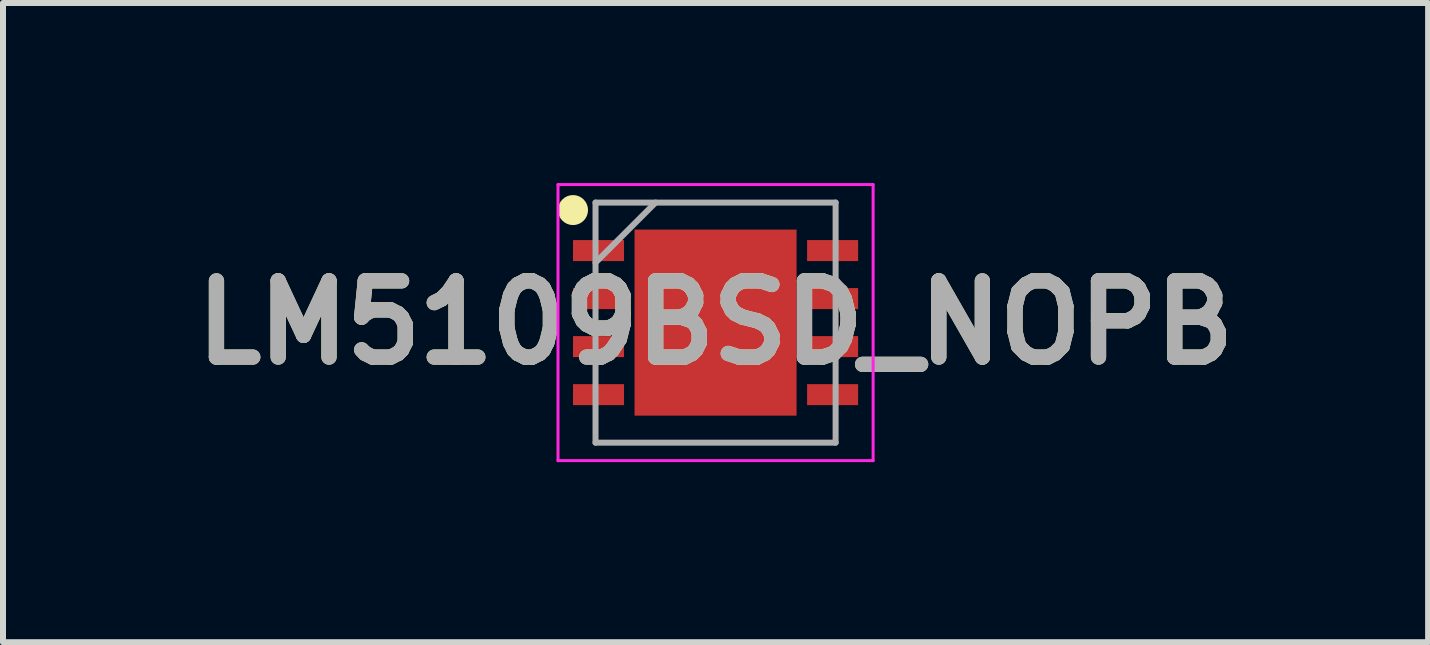
<source format=kicad_pcb>
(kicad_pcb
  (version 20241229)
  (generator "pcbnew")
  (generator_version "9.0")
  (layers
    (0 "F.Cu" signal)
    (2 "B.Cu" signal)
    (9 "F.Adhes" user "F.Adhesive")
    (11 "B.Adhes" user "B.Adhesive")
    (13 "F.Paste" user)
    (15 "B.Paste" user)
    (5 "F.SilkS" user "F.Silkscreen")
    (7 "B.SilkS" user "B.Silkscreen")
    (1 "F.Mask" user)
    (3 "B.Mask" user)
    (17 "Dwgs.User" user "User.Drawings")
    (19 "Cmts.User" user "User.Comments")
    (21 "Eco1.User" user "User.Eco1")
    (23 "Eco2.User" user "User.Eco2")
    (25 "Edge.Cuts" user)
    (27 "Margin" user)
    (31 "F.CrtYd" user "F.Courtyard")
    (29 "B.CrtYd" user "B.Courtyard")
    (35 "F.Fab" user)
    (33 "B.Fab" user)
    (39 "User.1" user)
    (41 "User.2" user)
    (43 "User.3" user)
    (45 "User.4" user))
  (footprint "LM5109BSD_NOPB"
    (layer "F.Cu")
    (at 8.872 2.325)
    (property "Reference" "LM5109BSD_NOPB" (at 0 0 0) (layer "F.SilkS") (effects (font (size 1.27 1.27) (thickness 0.254))))
    (attr smd)
    (fp_circle (center -2.375 -1.875) (end -2.375 -1.75) (stroke (width 0.25) (type solid)) (fill no) (layer "F.SilkS"))
    (fp_line (start -2.625 -2.3) (end 2.625 -2.3) (stroke (width 0.05) (type solid)) (layer "F.CrtYd"))
    (fp_line (start -2.625 2.3) (end -2.625 -2.3) (stroke (width 0.05) (type solid)) (layer "F.CrtYd"))
    (fp_line (start 2.625 -2.3) (end 2.625 2.3) (stroke (width 0.05) (type solid)) (layer "F.CrtYd"))
    (fp_line (start 2.625 2.3) (end -2.625 2.3) (stroke (width 0.05) (type solid)) (layer "F.CrtYd"))
    (fp_line (start -2 -2) (end 2 -2) (stroke (width 0.1) (type solid)) (layer "F.Fab"))
    (fp_line (start -2 -1) (end -1 -2) (stroke (width 0.1) (type solid)) (layer "F.Fab"))
    (fp_line (start -2 2) (end -2 -2) (stroke (width 0.1) (type solid)) (layer "F.Fab"))
    (fp_line (start 2 -2) (end 2 2) (stroke (width 0.1) (type solid)) (layer "F.Fab"))
    (fp_line (start 2 2) (end -2 2) (stroke (width 0.1) (type solid)) (layer "F.Fab"))
    (fp_text user "${REFERENCE}" (at 0 0 0) (layer "F.Fab") (effects (font (size 1.27 1.27) (thickness 0.254))))
    (pad "1" smd rect (at -1.95 -1.2 90) (size 0.35 0.85) (layers "F.Cu" "F.Mask" "F.Paste"))
    (pad "2" smd rect (at -1.95 -0.4 90) (size 0.35 0.85) (layers "F.Cu" "F.Mask" "F.Paste"))
    (pad "3" smd rect (at -1.95 0.4 90) (size 0.35 0.85) (layers "F.Cu" "F.Mask" "F.Paste"))
    (pad "4" smd rect (at -1.95 1.2 90) (size 0.35 0.85) (layers "F.Cu" "F.Mask" "F.Paste"))
    (pad "5" smd rect (at 1.95 1.2 90) (size 0.35 0.85) (layers "F.Cu" "F.Mask" "F.Paste"))
    (pad "6" smd rect (at 1.95 0.4 90) (size 0.35 0.85) (layers "F.Cu" "F.Mask" "F.Paste"))
    (pad "7" smd rect (at 1.95 -0.4 90) (size 0.35 0.85) (layers "F.Cu" "F.Mask" "F.Paste"))
    (pad "8" smd rect (at 1.95 -1.2 90) (size 0.35 0.85) (layers "F.Cu" "F.Mask" "F.Paste"))
    (pad "9" smd rect (at 0 0) (size 2.7 3.1) (layers "F.Cu" "F.Mask" "F.Paste")))
  (gr_rect
    (start -3 -3)
    (end 20.744 7.65)
    (stroke (width 0.1) (type default))
    (fill no)
    (layer "Edge.Cuts")))
</source>
